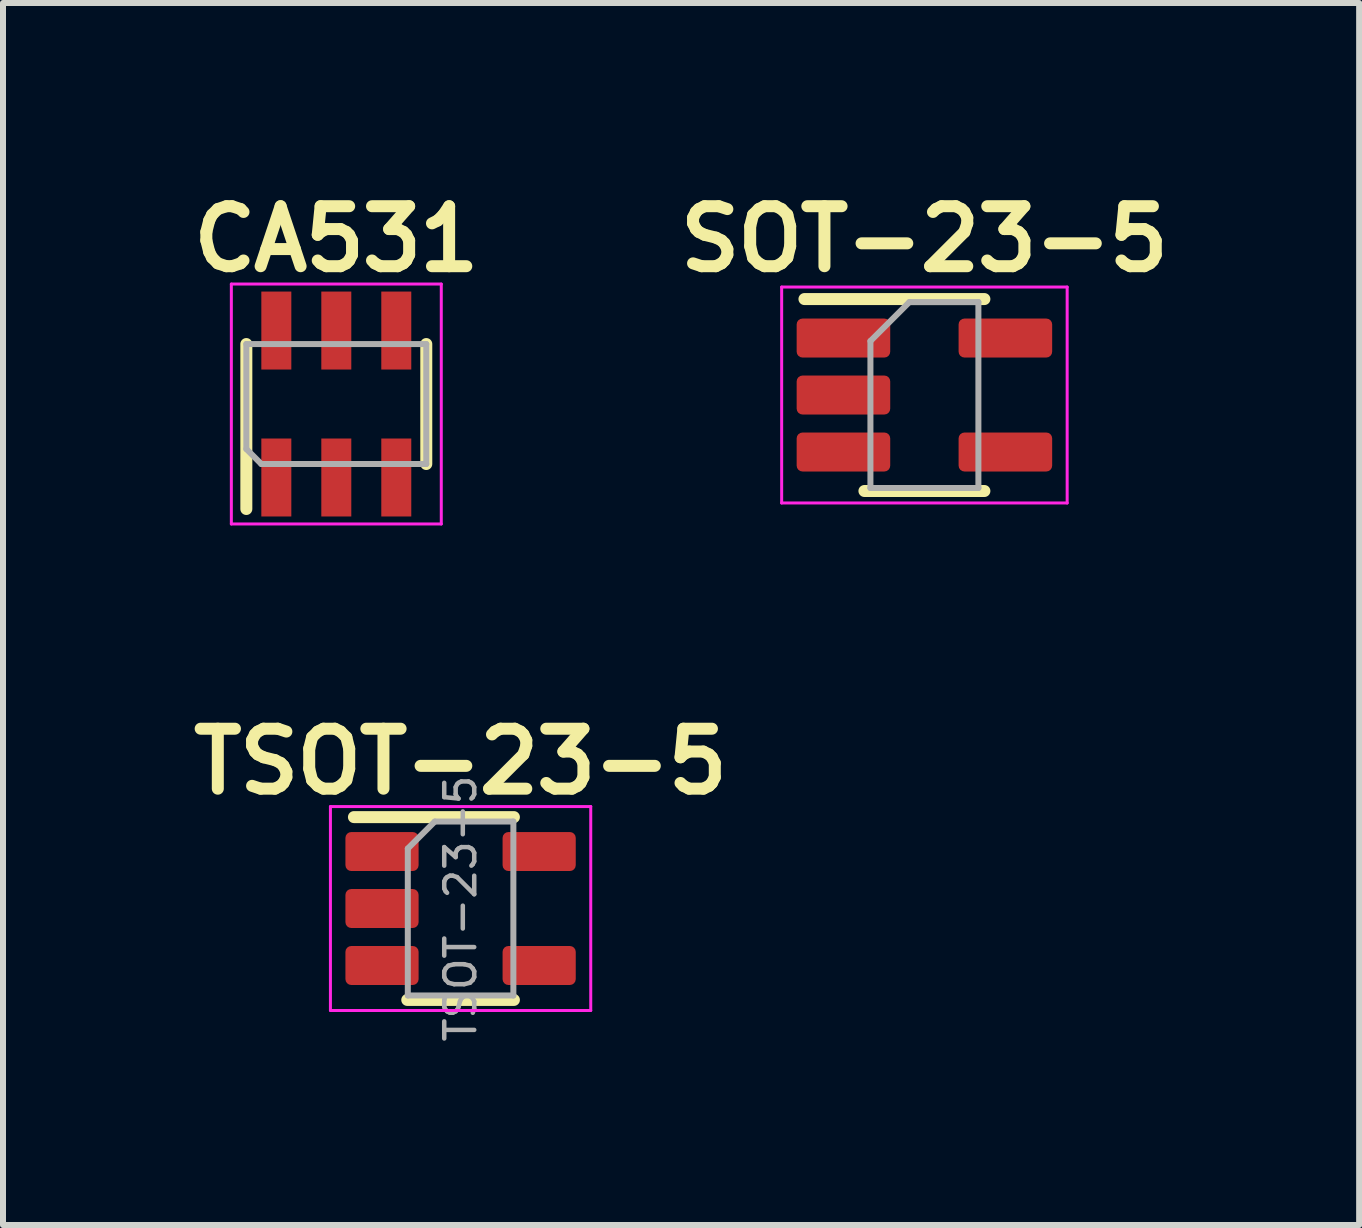
<source format=kicad_pcb>
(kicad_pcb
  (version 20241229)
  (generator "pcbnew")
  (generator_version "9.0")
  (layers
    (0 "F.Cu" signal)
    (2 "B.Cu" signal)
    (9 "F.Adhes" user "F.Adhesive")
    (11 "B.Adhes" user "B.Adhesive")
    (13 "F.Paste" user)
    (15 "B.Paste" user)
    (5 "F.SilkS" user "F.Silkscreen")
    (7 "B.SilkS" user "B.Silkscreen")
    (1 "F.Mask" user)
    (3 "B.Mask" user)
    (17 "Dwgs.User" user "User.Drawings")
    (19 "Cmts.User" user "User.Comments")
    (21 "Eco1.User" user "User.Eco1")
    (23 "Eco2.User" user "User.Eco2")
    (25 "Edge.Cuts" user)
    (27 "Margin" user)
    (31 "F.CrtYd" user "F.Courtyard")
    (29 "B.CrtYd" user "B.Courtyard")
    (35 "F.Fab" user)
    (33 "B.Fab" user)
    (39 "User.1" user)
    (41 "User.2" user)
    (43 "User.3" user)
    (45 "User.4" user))
  (footprint "SOT-23-5"
    (layer "F.Cu")
    (at 12.362 3.536)
    (property "Reference" "SOT-23-5" (at 0 -2.6 0) (layer "F.SilkS") (effects (font (size 1 1) (thickness 0.2))))
    (attr smd)
    (fp_line (start 1 -1.6) (end -2 -1.6) (stroke (width 0.2) (type solid)) (layer "F.SilkS"))
    (fp_line (start 1 1.6) (end -1 1.6) (stroke (width 0.2) (type solid)) (layer "F.SilkS"))
    (fp_line (start -2.38 -1.8) (end -2.38 1.8) (stroke (width 0.05) (type solid)) (layer "F.CrtYd"))
    (fp_line (start -2.38 -1.8) (end 2.38 -1.8) (stroke (width 0.05) (type solid)) (layer "F.CrtYd"))
    (fp_line (start 2.38 1.8) (end -2.38 1.8) (stroke (width 0.05) (type solid)) (layer "F.CrtYd"))
    (fp_line (start 2.38 1.8) (end 2.38 -1.8) (stroke (width 0.05) (type solid)) (layer "F.CrtYd"))
    (fp_line (start -0.9 -0.9) (end -0.9 1.55) (stroke (width 0.1) (type solid)) (layer "F.Fab"))
    (fp_line (start -0.9 -0.9) (end -0.25 -1.55) (stroke (width 0.1) (type solid)) (layer "F.Fab"))
    (fp_line (start 0.9 -1.55) (end -0.25 -1.55) (stroke (width 0.1) (type solid)) (layer "F.Fab"))
    (fp_line (start 0.9 -1.55) (end 0.9 1.55) (stroke (width 0.1) (type solid)) (layer "F.Fab"))
    (fp_line (start 0.9 1.55) (end -0.9 1.55) (stroke (width 0.1) (type solid)) (layer "F.Fab"))
    (pad "1" smd roundrect (at -1.35 -0.95) (size 1.56 0.65) (layers "F.Cu" "F.Mask" "F.Paste") (roundrect_rratio 0.15))
    (pad "2" smd roundrect (at -1.35 0) (size 1.56 0.65) (layers "F.Cu" "F.Mask" "F.Paste") (roundrect_rratio 0.15))
    (pad "3" smd roundrect (at -1.35 0.95) (size 1.56 0.65) (layers "F.Cu" "F.Mask" "F.Paste") (roundrect_rratio 0.15))
    (pad "4" smd roundrect (at 1.35 0.95) (size 1.56 0.65) (layers "F.Cu" "F.Mask" "F.Paste") (roundrect_rratio 0.15))
    (pad "5" smd roundrect (at 1.35 -0.95) (size 1.56 0.65) (layers "F.Cu" "F.Mask" "F.Paste") (roundrect_rratio 0.15)))
  (footprint "TSOT-23-5"
    (layer "F.Cu")
    (at 4.629 12.097)
    (property "Reference" "TSOT-23-5" (at 0 -2.45 0) (layer "F.SilkS") (effects (font (size 1 1) (thickness 0.2))))
    (attr smd)
    (fp_line (start 0.889 -1.524) (end -1.778 -1.524) (stroke (width 0.2) (type solid)) (layer "F.SilkS"))
    (fp_line (start 0.889 1.524) (end -0.889 1.524) (stroke (width 0.2) (type solid)) (layer "F.SilkS"))
    (fp_line (start -2.17 -1.7) (end -2.17 1.7) (stroke (width 0.05) (type solid)) (layer "F.CrtYd"))
    (fp_line (start -2.17 -1.7) (end 2.17 -1.7) (stroke (width 0.05) (type solid)) (layer "F.CrtYd"))
    (fp_line (start 2.17 1.7) (end -2.17 1.7) (stroke (width 0.05) (type solid)) (layer "F.CrtYd"))
    (fp_line (start 2.17 1.7) (end 2.17 -1.7) (stroke (width 0.05) (type solid)) (layer "F.CrtYd"))
    (fp_line (start -0.88 -1) (end -0.88 1.45) (stroke (width 0.1) (type solid)) (layer "F.Fab"))
    (fp_line (start -0.88 -1) (end -0.43 -1.45) (stroke (width 0.1) (type solid)) (layer "F.Fab"))
    (fp_line (start 0.88 -1.45) (end -0.43 -1.45) (stroke (width 0.1) (type solid)) (layer "F.Fab"))
    (fp_line (start 0.88 -1.45) (end 0.88 1.45) (stroke (width 0.1) (type solid)) (layer "F.Fab"))
    (fp_line (start 0.88 1.45) (end -0.88 1.45) (stroke (width 0.1) (type solid)) (layer "F.Fab"))
    (fp_text user "${REFERENCE}" (at 0 0 90) (layer "F.Fab") (effects (font (size 0.5 0.5) (thickness 0.075))))
    (pad "1" smd roundrect (at -1.31 -0.95) (size 1.22 0.65) (layers "F.Cu" "F.Mask" "F.Paste") (roundrect_rratio 0.15))
    (pad "2" smd roundrect (at -1.31 0) (size 1.22 0.65) (layers "F.Cu" "F.Mask" "F.Paste") (roundrect_rratio 0.15))
    (pad "3" smd roundrect (at -1.31 0.95) (size 1.22 0.65) (layers "F.Cu" "F.Mask" "F.Paste") (roundrect_rratio 0.15))
    (pad "4" smd roundrect (at 1.31 0.95) (size 1.22 0.65) (layers "F.Cu" "F.Mask" "F.Paste") (roundrect_rratio 0.15))
    (pad "5" smd roundrect (at 1.31 -0.95) (size 1.22 0.65) (layers "F.Cu" "F.Mask" "F.Paste") (roundrect_rratio 0.15)))
  (footprint "CA531"
    (layer "F.Cu")
    (at 2.557 3.686)
    (property "Reference" "CA531" (at 0 -2.75 0) (layer "F.SilkS") (effects (font (size 1 1) (thickness 0.2))))
    (attr through_hole)
    (fp_line (start -1.5 -1) (end -1.5 1.75) (stroke (width 0.2) (type solid)) (layer "F.SilkS"))
    (fp_line (start 1.5 -1) (end 1.5 1) (stroke (width 0.2) (type solid)) (layer "F.SilkS"))
    (fp_line (start -1.75 -2) (end 1.75 -2) (stroke (width 0.05) (type solid)) (layer "F.CrtYd"))
    (fp_line (start -1.75 2) (end -1.75 -2) (stroke (width 0.05) (type solid)) (layer "F.CrtYd"))
    (fp_line (start 1.75 -2) (end 1.75 2) (stroke (width 0.05) (type solid)) (layer "F.CrtYd"))
    (fp_line (start 1.75 2) (end -1.75 2) (stroke (width 0.05) (type solid)) (layer "F.CrtYd"))
    (fp_line (start -1.5 -1) (end -1.5 0.75) (stroke (width 0.1) (type solid)) (layer "F.Fab"))
    (fp_line (start -1.5 0.75) (end -1.25 1) (stroke (width 0.1) (type solid)) (layer "F.Fab"))
    (fp_line (start -1.25 1) (end 1.5 1) (stroke (width 0.1) (type solid)) (layer "F.Fab"))
    (fp_line (start 1.5 -1) (end -1.5 -1) (stroke (width 0.1) (type solid)) (layer "F.Fab"))
    (fp_line (start 1.5 1) (end 1.5 -1) (stroke (width 0.1) (type solid)) (layer "F.Fab"))
    (pad "1" smd rect (at -1 1.225 90) (size 1.3 0.5) (layers "F.Cu" "F.Mask" "F.Paste"))
    (pad "2" smd rect (at 0 1.225 90) (size 1.3 0.5) (layers "F.Cu" "F.Mask" "F.Paste"))
    (pad "3" smd rect (at 1 1.225 90) (size 1.3 0.5) (layers "F.Cu" "F.Mask" "F.Paste"))
    (pad "4" smd rect (at 1 -1.225 90) (size 1.3 0.5) (layers "F.Cu" "F.Mask" "F.Paste"))
    (pad "5" smd rect (at 0 -1.225 90) (size 1.3 0.5) (layers "F.Cu" "F.Mask" "F.Paste"))
    (pad "6" smd rect (at -1 -1.225 90) (size 1.3 0.5) (layers "F.Cu" "F.Mask" "F.Paste")))
  (gr_rect
    (start -3 -3)
    (end 19.61 17.374)
    (stroke (width 0.1) (type default))
    (fill no)
    (layer "Edge.Cuts")))
</source>
